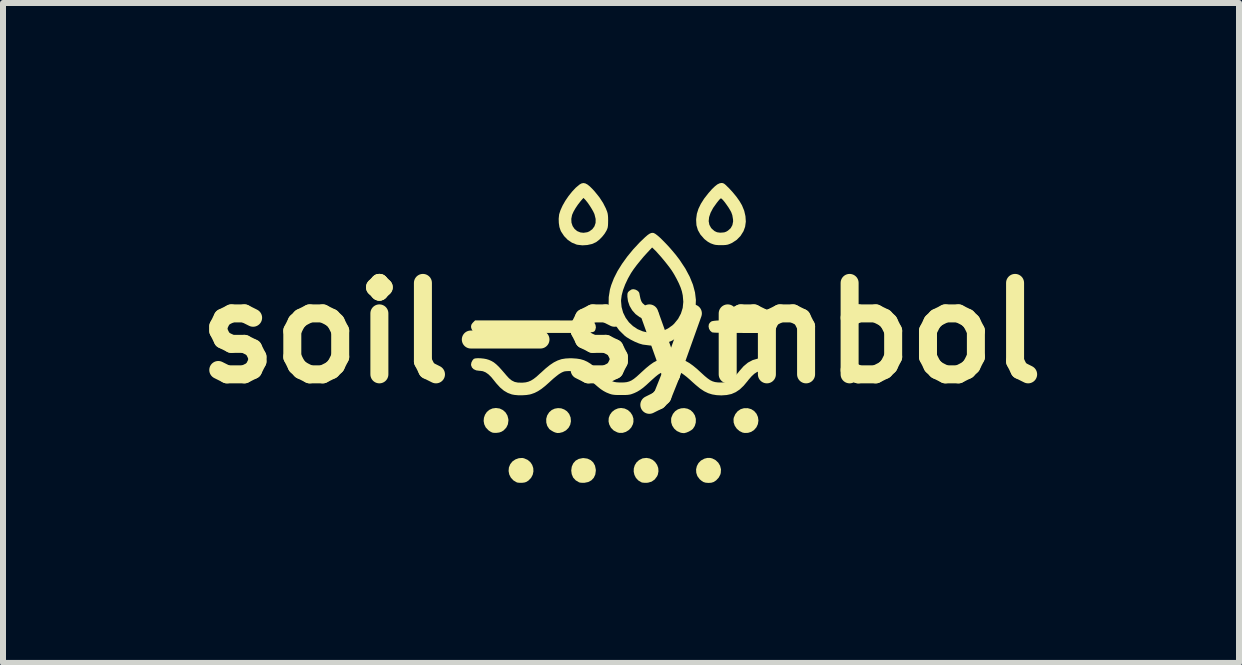
<source format=kicad_pcb>
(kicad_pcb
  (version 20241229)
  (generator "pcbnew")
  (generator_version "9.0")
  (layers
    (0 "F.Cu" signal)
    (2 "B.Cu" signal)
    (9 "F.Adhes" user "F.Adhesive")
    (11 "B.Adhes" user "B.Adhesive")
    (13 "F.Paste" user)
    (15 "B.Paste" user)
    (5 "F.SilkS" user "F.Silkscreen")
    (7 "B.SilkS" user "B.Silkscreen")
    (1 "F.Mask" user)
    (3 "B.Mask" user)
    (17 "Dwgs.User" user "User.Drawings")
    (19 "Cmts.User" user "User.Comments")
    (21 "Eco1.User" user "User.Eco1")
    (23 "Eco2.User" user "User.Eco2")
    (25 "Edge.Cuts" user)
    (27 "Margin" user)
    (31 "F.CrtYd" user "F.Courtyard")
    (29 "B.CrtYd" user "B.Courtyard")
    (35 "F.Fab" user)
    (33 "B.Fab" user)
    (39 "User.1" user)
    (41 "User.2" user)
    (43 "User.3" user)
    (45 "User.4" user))
  (footprint "soil-symbol"
    (layer "F.Cu")
    (at 7.301 2.5)
    (property "Reference" "soil-symbol" (at 0 0 0) (layer "F.SilkS") (effects (font (size 1.524 1.524) (thickness 0.3))))
    (attr board_only exclude_from_pos_files exclude_from_bom)
    (fp_poly (pts (xy 0.06 1.259) (xy 0.113 1.284) (xy 0.156 1.322) (xy 0.188 1.37) (xy 0.206 1.424) (xy 0.207 1.482) (xy 0.198 1.521) (xy 0.171 1.574) (xy 0.131 1.617) (xy 0.081 1.648) (xy 0.026 1.665) (xy -0.03 1.665) (xy -0.063 1.656) (xy -0.123 1.625) (xy -0.168 1.58) (xy -0.197 1.524) (xy -0.208 1.474) (xy -0.205 1.416) (xy -0.185 1.363) (xy -0.151 1.316) (xy -0.105 1.28) (xy -0.051 1.257) (xy 0 1.25)) (stroke (width 0) (type solid)) (fill yes) (layer "F.SilkS"))
    (fp_poly (pts (xy 2.171 1.27) (xy 2.22 1.302) (xy 2.258 1.346) (xy 2.282 1.401) (xy 2.29 1.459) (xy 2.281 1.519) (xy 2.256 1.573) (xy 2.218 1.616) (xy 2.17 1.648) (xy 2.115 1.665) (xy 2.057 1.666) (xy 2.026 1.66) (xy 1.973 1.634) (xy 1.929 1.595) (xy 1.896 1.547) (xy 1.877 1.492) (xy 1.875 1.436) (xy 1.879 1.412) (xy 1.905 1.352) (xy 1.944 1.304) (xy 1.994 1.27) (xy 2.048 1.254) (xy 2.112 1.253)) (stroke (width 0) (type solid)) (fill yes) (layer "F.SilkS"))
    (fp_poly (pts (xy -0.56 2.094) (xy -0.506 2.119) (xy -0.463 2.158) (xy -0.434 2.211) (xy -0.421 2.274) (xy -0.42 2.294) (xy -0.429 2.359) (xy -0.454 2.413) (xy -0.494 2.456) (xy -0.546 2.484) (xy -0.609 2.497) (xy -0.613 2.497) (xy -0.65 2.497) (xy -0.683 2.494) (xy -0.7 2.489) (xy -0.756 2.456) (xy -0.798 2.41) (xy -0.822 2.353) (xy -0.83 2.292) (xy -0.821 2.227) (xy -0.796 2.172) (xy -0.757 2.128) (xy -0.705 2.099) (xy -0.643 2.086) (xy -0.625 2.085)) (stroke (width 0) (type solid)) (fill yes) (layer "F.SilkS"))
    (fp_poly (pts (xy -2.022 1.259) (xy -1.968 1.285) (xy -1.924 1.325) (xy -1.893 1.377) (xy -1.878 1.437) (xy -1.877 1.46) (xy -1.886 1.523) (xy -1.913 1.578) (xy -1.957 1.624) (xy -1.993 1.646) (xy -2.031 1.659) (xy -2.078 1.665) (xy -2.123 1.664) (xy -2.145 1.66) (xy -2.171 1.648) (xy -2.202 1.628) (xy -2.213 1.619) (xy -2.255 1.574) (xy -2.28 1.522) (xy -2.29 1.467) (xy -2.285 1.413) (xy -2.267 1.362) (xy -2.237 1.317) (xy -2.195 1.281) (xy -2.143 1.258) (xy -2.085 1.25)) (stroke (width 0) (type solid)) (fill yes) (layer "F.SilkS"))
    (fp_poly (pts (xy -0.997 1.256) (xy -0.946 1.275) (xy -0.9 1.306) (xy -0.864 1.35) (xy -0.841 1.407) (xy -0.84 1.411) (xy -0.835 1.472) (xy -0.847 1.53) (xy -0.875 1.581) (xy -0.917 1.623) (xy -0.97 1.652) (xy -1.026 1.666) (xy -1.064 1.667) (xy -1.099 1.658) (xy -1.125 1.647) (xy -1.158 1.628) (xy -1.186 1.609) (xy -1.197 1.599) (xy -1.23 1.549) (xy -1.246 1.492) (xy -1.247 1.431) (xy -1.231 1.374) (xy -1.198 1.322) (xy -1.155 1.284) (xy -1.105 1.261) (xy -1.051 1.252)) (stroke (width 0) (type solid)) (fill yes) (layer "F.SilkS"))
    (fp_poly (pts (xy 0.479 2.092) (xy 0.529 2.116) (xy 0.57 2.153) (xy 0.601 2.198) (xy 0.62 2.25) (xy 0.624 2.306) (xy 0.613 2.362) (xy 0.6 2.39) (xy 0.561 2.442) (xy 0.511 2.477) (xy 0.451 2.495) (xy 0.427 2.497) (xy 0.39 2.497) (xy 0.358 2.494) (xy 0.342 2.49) (xy 0.288 2.458) (xy 0.248 2.415) (xy 0.223 2.365) (xy 0.211 2.311) (xy 0.213 2.257) (xy 0.229 2.204) (xy 0.258 2.157) (xy 0.301 2.118) (xy 0.356 2.091) (xy 0.366 2.089) (xy 0.424 2.082)) (stroke (width 0) (type solid)) (fill yes) (layer "F.SilkS"))
    (fp_poly (pts (xy 1.108 1.262) (xy 1.158 1.286) (xy 1.2 1.325) (xy 1.231 1.374) (xy 1.247 1.432) (xy 1.246 1.493) (xy 1.229 1.55) (xy 1.197 1.599) (xy 1.169 1.621) (xy 1.131 1.643) (xy 1.09 1.66) (xy 1.054 1.669) (xy 1.045 1.669) (xy 1.012 1.666) (xy 0.988 1.66) (xy 0.931 1.634) (xy 0.886 1.594) (xy 0.853 1.544) (xy 0.836 1.489) (xy 0.835 1.43) (xy 0.84 1.406) (xy 0.865 1.349) (xy 0.902 1.304) (xy 0.948 1.273) (xy 1 1.256) (xy 1.054 1.252)) (stroke (width 0) (type solid)) (fill yes) (layer "F.SilkS"))
    (fp_poly (pts (xy -1.616 2.089) (xy -1.558 2.114) (xy -1.513 2.151) (xy -1.481 2.198) (xy -1.463 2.251) (xy -1.46 2.307) (xy -1.472 2.363) (xy -1.499 2.414) (xy -1.542 2.459) (xy -1.548 2.463) (xy -1.578 2.482) (xy -1.608 2.492) (xy -1.647 2.497) (xy -1.653 2.497) (xy -1.69 2.497) (xy -1.723 2.494) (xy -1.74 2.489) (xy -1.794 2.457) (xy -1.836 2.412) (xy -1.863 2.359) (xy -1.874 2.301) (xy -1.869 2.242) (xy -1.846 2.186) (xy -1.809 2.14) (xy -1.76 2.107) (xy -1.704 2.087) (xy -1.646 2.083)) (stroke (width 0) (type solid)) (fill yes) (layer "F.SilkS"))
    (fp_poly (pts (xy 1.486 2.083) (xy 1.521 2.091) (xy 1.577 2.12) (xy 1.621 2.162) (xy 1.651 2.213) (xy 1.666 2.272) (xy 1.662 2.333) (xy 1.656 2.357) (xy 1.628 2.411) (xy 1.585 2.457) (xy 1.543 2.484) (xy 1.504 2.496) (xy 1.456 2.499) (xy 1.409 2.495) (xy 1.373 2.484) (xy 1.345 2.466) (xy 1.316 2.442) (xy 1.308 2.434) (xy 1.272 2.385) (xy 1.254 2.33) (xy 1.251 2.273) (xy 1.264 2.218) (xy 1.291 2.168) (xy 1.332 2.126) (xy 1.385 2.097) (xy 1.389 2.095) (xy 1.44 2.082)) (stroke (width 0) (type solid)) (fill yes) (layer "F.SilkS"))
    (fp_poly (pts (xy 1.983 -0.21) (xy 2.432 -0.21) (xy 2.466 -0.176) (xy 2.489 -0.148) (xy 2.499 -0.122) (xy 2.5 -0.105) (xy 2.496 -0.076) (xy 2.48 -0.05) (xy 2.466 -0.034) (xy 2.432 0) (xy 1.983 -0.000305) (xy 1.86 -0.001) (xy 1.756 -0.001) (xy 1.671 -0.003) (xy 1.605 -0.004) (xy 1.557 -0.006) (xy 1.527 -0.009) (xy 1.515 -0.012) (xy 1.486 -0.037) (xy 1.467 -0.071) (xy 1.459 -0.109) (xy 1.464 -0.145) (xy 1.473 -0.16) (xy 1.482 -0.172) (xy 1.491 -0.181) (xy 1.501 -0.189) (xy 1.515 -0.196) (xy 1.534 -0.2) (xy 1.561 -0.204) (xy 1.596 -0.207) (xy 1.642 -0.208) (xy 1.7 -0.209) (xy 1.772 -0.21) (xy 1.861 -0.21) (xy 1.968 -0.21)) (stroke (width 0) (type solid)) (fill yes) (layer "F.SilkS"))
    (fp_poly (pts (xy 0.237 -0.724) (xy 0.27 -0.708) (xy 0.294 -0.686) (xy 0.304 -0.668) (xy 0.315 -0.612) (xy 0.324 -0.571) (xy 0.333 -0.543) (xy 0.342 -0.522) (xy 0.353 -0.505) (xy 0.362 -0.494) (xy 0.405 -0.456) (xy 0.453 -0.43) (xy 0.501 -0.42) (xy 0.505 -0.42) (xy 0.552 -0.412) (xy 0.589 -0.391) (xy 0.614 -0.359) (xy 0.625 -0.321) (xy 0.62 -0.284) (xy 0.598 -0.246) (xy 0.562 -0.221) (xy 0.513 -0.21) (xy 0.452 -0.214) (xy 0.385 -0.23) (xy 0.309 -0.265) (xy 0.242 -0.315) (xy 0.186 -0.378) (xy 0.143 -0.451) (xy 0.116 -0.53) (xy 0.106 -0.603) (xy 0.106 -0.64) (xy 0.109 -0.663) (xy 0.117 -0.68) (xy 0.132 -0.696) (xy 0.138 -0.701) (xy 0.175 -0.725) (xy 0.203 -0.73)) (stroke (width 0) (type solid)) (fill yes) (layer "F.SilkS"))
    (fp_poly (pts (xy -1.288 -0.21) (xy -1.131 -0.21) (xy -0.992 -0.209) (xy -0.871 -0.209) (xy -0.768 -0.208) (xy -0.681 -0.207) (xy -0.611 -0.206) (xy -0.556 -0.204) (xy -0.516 -0.203) (xy -0.49 -0.201) (xy -0.477 -0.199) (xy -0.477 -0.199) (xy -0.445 -0.172) (xy -0.425 -0.134) (xy -0.419 -0.092) (xy -0.429 -0.051) (xy -0.43 -0.049) (xy -0.435 -0.041) (xy -0.439 -0.034) (xy -0.444 -0.028) (xy -0.452 -0.023) (xy -0.464 -0.018) (xy -0.481 -0.014) (xy -0.503 -0.011) (xy -0.533 -0.008) (xy -0.571 -0.006) (xy -0.618 -0.004) (xy -0.676 -0.002) (xy -0.746 -0.002) (xy -0.83 -0.001) (xy -0.927 -0.001) (xy -1.04 -0.00031) (xy -1.169 -0.000261) (xy -1.316 -0.000297) (xy -1.462 -0.000355) (xy -1.628 -0.000461) (xy -1.774 -0.001) (xy -1.903 -0.001) (xy -2.016 -0.001) (xy -2.112 -0.002) (xy -2.194 -0.003) (xy -2.262 -0.004) (xy -2.318 -0.005) (xy -2.362 -0.006) (xy -2.396 -0.007) (xy -2.421 -0.009) (xy -2.438 -0.011) (xy -2.447 -0.013) (xy -2.449 -0.014) (xy -2.479 -0.042) (xy -2.497 -0.082) (xy -2.5 -0.108) (xy -2.495 -0.137) (xy -2.477 -0.164) (xy -2.466 -0.176) (xy -2.432 -0.21) (xy -1.465 -0.21)) (stroke (width 0) (type solid)) (fill yes) (layer "F.SilkS"))
    (fp_poly (pts (xy -0.597 -2.494) (xy -0.56 -2.475) (xy -0.519 -2.442) (xy -0.47 -2.393) (xy -0.44 -2.36) (xy -0.361 -2.262) (xy -0.299 -2.167) (xy -0.251 -2.072) (xy -0.248 -2.063) (xy -0.233 -2.026) (xy -0.224 -1.996) (xy -0.219 -1.965) (xy -0.216 -1.928) (xy -0.215 -1.878) (xy -0.215 -1.875) (xy -0.216 -1.824) (xy -0.218 -1.788) (xy -0.222 -1.759) (xy -0.23 -1.734) (xy -0.242 -1.707) (xy -0.272 -1.657) (xy -0.313 -1.605) (xy -0.36 -1.557) (xy -0.407 -1.52) (xy -0.417 -1.513) (xy -0.485 -1.483) (xy -0.563 -1.466) (xy -0.645 -1.461) (xy -0.723 -1.47) (xy -0.742 -1.474) (xy -0.818 -1.505) (xy -0.888 -1.552) (xy -0.949 -1.615) (xy -0.998 -1.689) (xy -1.008 -1.71) (xy -1.027 -1.766) (xy -1.037 -1.834) (xy -1.039 -1.902) (xy -0.829 -1.902) (xy -0.826 -1.839) (xy -0.807 -1.782) (xy -0.775 -1.735) (xy -0.731 -1.698) (xy -0.677 -1.676) (xy -0.625 -1.67) (xy -0.563 -1.679) (xy -0.529 -1.693) (xy -0.478 -1.73) (xy -0.443 -1.778) (xy -0.424 -1.835) (xy -0.423 -1.9) (xy -0.44 -1.97) (xy -0.445 -1.986) (xy -0.465 -2.028) (xy -0.494 -2.078) (xy -0.527 -2.13) (xy -0.561 -2.178) (xy -0.592 -2.216) (xy -0.605 -2.23) (xy -0.627 -2.251) (xy -0.673 -2.198) (xy -0.719 -2.139) (xy -0.76 -2.078) (xy -0.793 -2.02) (xy -0.815 -1.97) (xy -0.816 -1.968) (xy -0.829 -1.902) (xy -1.039 -1.902) (xy -1.039 -1.905) (xy -1.032 -1.972) (xy -1.031 -1.979) (xy -1.009 -2.047) (xy -0.974 -2.124) (xy -0.929 -2.203) (xy -0.875 -2.282) (xy -0.816 -2.356) (xy -0.755 -2.421) (xy -0.696 -2.471) (xy -0.663 -2.491) (xy -0.63 -2.499)) (stroke (width 0) (type solid)) (fill yes) (layer "F.SilkS"))
    (fp_poly (pts (xy 1.691 -2.499) (xy 1.707 -2.494) (xy 1.724 -2.484) (xy 1.747 -2.465) (xy 1.777 -2.435) (xy 1.8 -2.413) (xy 1.864 -2.343) (xy 1.924 -2.27) (xy 1.975 -2.198) (xy 2.013 -2.133) (xy 2.015 -2.13) (xy 2.053 -2.038) (xy 2.074 -1.946) (xy 2.08 -1.856) (xy 2.068 -1.77) (xy 2.041 -1.696) (xy 1.992 -1.618) (xy 1.929 -1.553) (xy 1.853 -1.503) (xy 1.847 -1.5) (xy 1.811 -1.484) (xy 1.78 -1.473) (xy 1.746 -1.467) (xy 1.701 -1.464) (xy 1.687 -1.464) (xy 1.629 -1.464) (xy 1.579 -1.468) (xy 1.55 -1.474) (xy 1.494 -1.494) (xy 1.446 -1.521) (xy 1.397 -1.559) (xy 1.383 -1.572) (xy 1.323 -1.641) (xy 1.281 -1.715) (xy 1.257 -1.796) (xy 1.253 -1.864) (xy 1.461 -1.864) (xy 1.472 -1.804) (xy 1.501 -1.751) (xy 1.518 -1.733) (xy 1.559 -1.698) (xy 1.6 -1.679) (xy 1.649 -1.672) (xy 1.677 -1.673) (xy 1.72 -1.677) (xy 1.752 -1.688) (xy 1.782 -1.706) (xy 1.828 -1.747) (xy 1.856 -1.798) (xy 1.868 -1.858) (xy 1.867 -1.891) (xy 1.855 -1.963) (xy 1.837 -2.013) (xy 1.818 -2.048) (xy 1.792 -2.091) (xy 1.76 -2.137) (xy 1.729 -2.18) (xy 1.7 -2.215) (xy 1.682 -2.233) (xy 1.673 -2.241) (xy 1.664 -2.243) (xy 1.653 -2.237) (xy 1.637 -2.22) (xy 1.614 -2.192) (xy 1.595 -2.168) (xy 1.535 -2.084) (xy 1.493 -2.005) (xy 1.468 -1.931) (xy 1.461 -1.864) (xy 1.253 -1.864) (xy 1.252 -1.885) (xy 1.253 -1.904) (xy 1.264 -1.987) (xy 1.29 -2.069) (xy 1.33 -2.152) (xy 1.385 -2.239) (xy 1.457 -2.331) (xy 1.514 -2.396) (xy 1.564 -2.444) (xy 1.606 -2.477) (xy 1.644 -2.495) (xy 1.673 -2.5)) (stroke (width 0) (type solid)) (fill yes) (layer "F.SilkS"))
    (fp_poly (pts (xy 0.545 -1.666) (xy 0.569 -1.654) (xy 0.604 -1.628) (xy 0.647 -1.591) (xy 0.695 -1.544) (xy 0.748 -1.49) (xy 0.803 -1.431) (xy 0.857 -1.369) (xy 0.909 -1.307) (xy 0.956 -1.246) (xy 0.979 -1.215) (xy 1.072 -1.074) (xy 1.145 -0.937) (xy 1.199 -0.804) (xy 1.233 -0.676) (xy 1.248 -0.551) (xy 1.243 -0.431) (xy 1.218 -0.315) (xy 1.175 -0.205) (xy 1.114 -0.1) (xy 1.04 -0.011) (xy 0.952 0.065) (xy 0.85 0.128) (xy 0.835 0.135) (xy 0.722 0.179) (xy 0.606 0.204) (xy 0.487 0.209) (xy 0.368 0.194) (xy 0.365 0.194) (xy 0.3 0.175) (xy 0.228 0.145) (xy 0.157 0.109) (xy 0.093 0.07) (xy 0.058 0.043) (xy -0.031 -0.045) (xy -0.102 -0.142) (xy -0.155 -0.247) (xy -0.19 -0.358) (xy -0.207 -0.476) (xy -0.206 -0.534) (xy 0.00007 -0.534) (xy 0.009 -0.433) (xy 0.035 -0.339) (xy 0.077 -0.254) (xy 0.132 -0.178) (xy 0.2 -0.114) (xy 0.277 -0.063) (xy 0.363 -0.027) (xy 0.456 -0.006) (xy 0.553 -0.003) (xy 0.616 -0.011) (xy 0.7 -0.035) (xy 0.782 -0.075) (xy 0.856 -0.127) (xy 0.885 -0.154) (xy 0.951 -0.235) (xy 0.998 -0.323) (xy 1.028 -0.418) (xy 1.038 -0.519) (xy 1.029 -0.626) (xy 1.014 -0.695) (xy 0.994 -0.756) (xy 0.964 -0.827) (xy 0.926 -0.903) (xy 0.884 -0.979) (xy 0.846 -1.04) (xy 0.812 -1.088) (xy 0.769 -1.144) (xy 0.72 -1.205) (xy 0.67 -1.265) (xy 0.621 -1.32) (xy 0.579 -1.367) (xy 0.555 -1.39) (xy 0.518 -1.425) (xy 0.443 -1.345) (xy 0.381 -1.277) (xy 0.319 -1.203) (xy 0.26 -1.13) (xy 0.208 -1.06) (xy 0.167 -0.999) (xy 0.167 -0.999) (xy 0.114 -0.905) (xy 0.069 -0.809) (xy 0.034 -0.716) (xy 0.011 -0.629) (xy 0.001 -0.552) (xy 0.00007 -0.534) (xy -0.206 -0.534) (xy -0.205 -0.598) (xy -0.185 -0.724) (xy -0.163 -0.799) (xy -0.119 -0.912) (xy -0.059 -1.031) (xy 0.017 -1.153) (xy 0.105 -1.275) (xy 0.204 -1.395) (xy 0.311 -1.51) (xy 0.403 -1.598) (xy 0.445 -1.634) (xy 0.478 -1.656) (xy 0.505 -1.667) (xy 0.53 -1.669)) (stroke (width 0) (type solid)) (fill yes) (layer "F.SilkS"))
    (fp_poly (pts (xy 2.415 0.422) (xy 2.447 0.43) (xy 2.469 0.446) (xy 2.485 0.47) (xy 2.499 0.514) (xy 2.494 0.555) (xy 2.474 0.589) (xy 2.439 0.614) (xy 2.392 0.628) (xy 2.364 0.63) (xy 2.313 0.635) (xy 2.266 0.651) (xy 2.221 0.68) (xy 2.174 0.724) (xy 2.122 0.784) (xy 2.111 0.799) (xy 2.044 0.879) (xy 1.979 0.941) (xy 1.912 0.986) (xy 1.841 1.017) (xy 1.762 1.034) (xy 1.674 1.04) (xy 1.67 1.04) (xy 1.591 1.036) (xy 1.519 1.024) (xy 1.452 1.003) (xy 1.386 0.971) (xy 1.318 0.926) (xy 1.245 0.866) (xy 1.192 0.819) (xy 1.142 0.773) (xy 1.093 0.731) (xy 1.049 0.697) (xy 1.015 0.673) (xy 1.005 0.668) (xy 0.978 0.653) (xy 0.955 0.644) (xy 0.931 0.638) (xy 0.9 0.636) (xy 0.858 0.635) (xy 0.835 0.635) (xy 0.782 0.636) (xy 0.737 0.641) (xy 0.697 0.651) (xy 0.659 0.668) (xy 0.619 0.693) (xy 0.574 0.729) (xy 0.521 0.776) (xy 0.486 0.808) (xy 0.422 0.867) (xy 0.367 0.914) (xy 0.317 0.95) (xy 0.271 0.978) (xy 0.223 1.001) (xy 0.194 1.012) (xy 0.166 1.022) (xy 0.138 1.028) (xy 0.105 1.032) (xy 0.062 1.034) (xy 0.005 1.034) (xy 0 1.034) (xy -0.059 1.034) (xy -0.102 1.032) (xy -0.136 1.028) (xy -0.164 1.022) (xy -0.192 1.013) (xy -0.194 1.012) (xy -0.244 0.992) (xy -0.291 0.967) (xy -0.338 0.936) (xy -0.389 0.895) (xy -0.448 0.844) (xy -0.486 0.808) (xy -0.546 0.753) (xy -0.595 0.711) (xy -0.637 0.68) (xy -0.676 0.659) (xy -0.714 0.646) (xy -0.756 0.638) (xy -0.804 0.635) (xy -0.835 0.635) (xy -0.884 0.635) (xy -0.919 0.637) (xy -0.945 0.641) (xy -0.968 0.649) (xy -0.993 0.661) (xy -1.005 0.668) (xy -1.036 0.687) (xy -1.076 0.718) (xy -1.124 0.757) (xy -1.174 0.802) (xy -1.192 0.819) (xy -1.264 0.883) (xy -1.326 0.932) (xy -1.384 0.97) (xy -1.439 0.998) (xy -1.495 1.018) (xy -1.521 1.025) (xy -1.578 1.034) (xy -1.645 1.038) (xy -1.714 1.038) (xy -1.778 1.032) (xy -1.82 1.024) (xy -1.888 0.999) (xy -1.953 0.961) (xy -2.016 0.908) (xy -2.08 0.838) (xy -2.111 0.799) (xy -2.163 0.735) (xy -2.211 0.688) (xy -2.257 0.656) (xy -2.303 0.637) (xy -2.353 0.63) (xy -2.364 0.63) (xy -2.414 0.623) (xy -2.456 0.604) (xy -2.485 0.575) (xy -2.499 0.538) (xy -2.5 0.527) (xy -2.494 0.492) (xy -2.477 0.458) (xy -2.456 0.433) (xy -2.451 0.43) (xy -2.425 0.423) (xy -2.385 0.42) (xy -2.338 0.422) (xy -2.289 0.427) (xy -2.245 0.435) (xy -2.2 0.449) (xy -2.159 0.467) (xy -2.12 0.49) (xy -2.08 0.522) (xy -2.037 0.563) (xy -1.988 0.617) (xy -1.93 0.684) (xy -1.917 0.7) (xy -1.868 0.754) (xy -1.821 0.792) (xy -1.772 0.816) (xy -1.717 0.827) (xy -1.65 0.828) (xy -1.64 0.828) (xy -1.589 0.823) (xy -1.545 0.812) (xy -1.502 0.794) (xy -1.458 0.767) (xy -1.409 0.729) (xy -1.352 0.677) (xy -1.338 0.665) (xy -1.258 0.592) (xy -1.186 0.534) (xy -1.12 0.49) (xy -1.056 0.458) (xy -0.991 0.436) (xy -0.923 0.425) (xy -0.848 0.421) (xy -0.812 0.422) (xy -0.739 0.427) (xy -0.676 0.437) (xy -0.618 0.454) (xy -0.563 0.479) (xy -0.506 0.514) (xy -0.445 0.561) (xy -0.377 0.621) (xy -0.344 0.652) (xy -0.284 0.707) (xy -0.235 0.749) (xy -0.192 0.78) (xy -0.154 0.801) (xy -0.115 0.815) (xy -0.074 0.822) (xy -0.026 0.825) (xy 0 0.825) (xy 0.052 0.824) (xy 0.096 0.819) (xy 0.136 0.808) (xy 0.174 0.791) (xy 0.214 0.765) (xy 0.26 0.728) (xy 0.314 0.679) (xy 0.343 0.652) (xy 0.417 0.585) (xy 0.481 0.533) (xy 0.539 0.492) (xy 0.594 0.463) (xy 0.651 0.443) (xy 0.712 0.432) (xy 0.781 0.426) (xy 0.835 0.425) (xy 0.894 0.426) (xy 0.938 0.428) (xy 0.973 0.432) (xy 1.004 0.439) (xy 1.03 0.448) (xy 1.084 0.47) (xy 1.139 0.501) (xy 1.199 0.544) (xy 1.265 0.598) (xy 1.338 0.665) (xy 1.396 0.718) (xy 1.445 0.758) (xy 1.487 0.787) (xy 1.526 0.806) (xy 1.567 0.818) (xy 1.613 0.824) (xy 1.665 0.825) (xy 1.715 0.824) (xy 1.75 0.822) (xy 1.776 0.816) (xy 1.799 0.807) (xy 1.805 0.803) (xy 1.851 0.771) (xy 1.903 0.719) (xy 1.961 0.649) (xy 1.972 0.635) (xy 2.042 0.555) (xy 2.115 0.494) (xy 2.194 0.452) (xy 2.28 0.427) (xy 2.368 0.42)) (stroke (width 0) (type solid)) (fill yes) (layer "F.SilkS")))
  (gr_rect
    (start -3 -3)
    (end 17.601 7.999)
    (stroke (width 0.1) (type default))
    (fill no)
    (layer "Edge.Cuts")))
</source>
